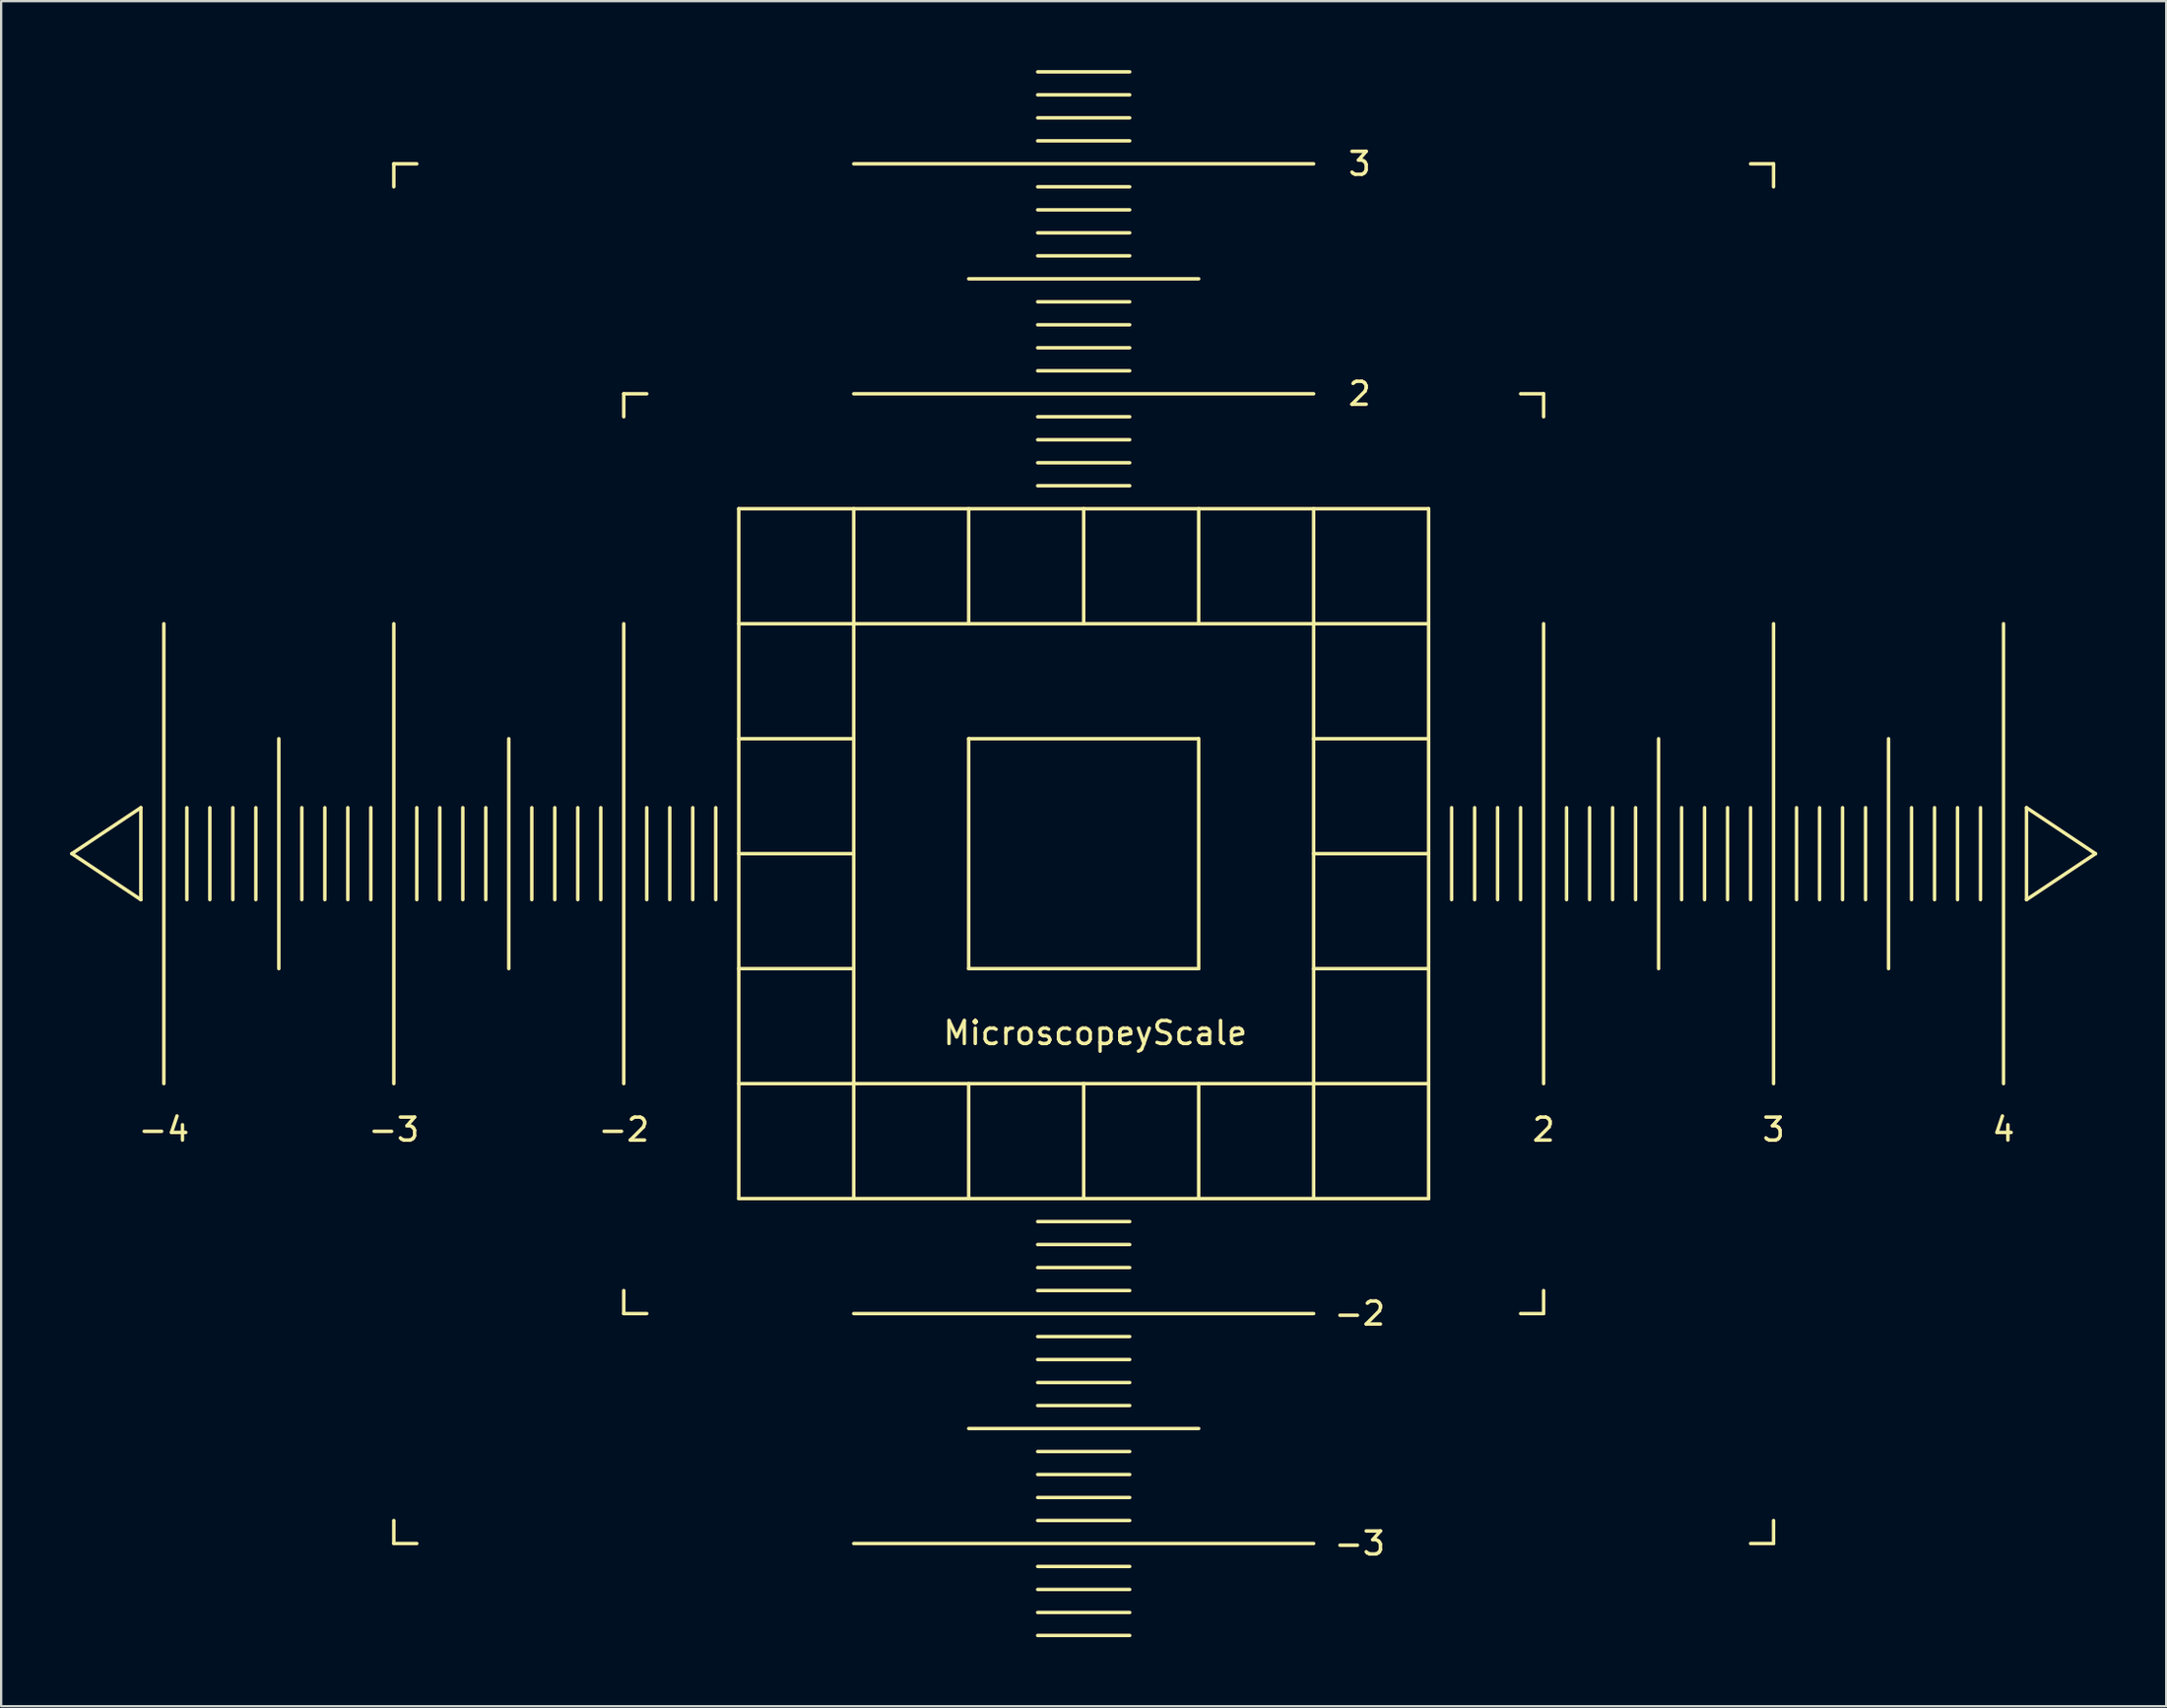
<source format=kicad_pcb>
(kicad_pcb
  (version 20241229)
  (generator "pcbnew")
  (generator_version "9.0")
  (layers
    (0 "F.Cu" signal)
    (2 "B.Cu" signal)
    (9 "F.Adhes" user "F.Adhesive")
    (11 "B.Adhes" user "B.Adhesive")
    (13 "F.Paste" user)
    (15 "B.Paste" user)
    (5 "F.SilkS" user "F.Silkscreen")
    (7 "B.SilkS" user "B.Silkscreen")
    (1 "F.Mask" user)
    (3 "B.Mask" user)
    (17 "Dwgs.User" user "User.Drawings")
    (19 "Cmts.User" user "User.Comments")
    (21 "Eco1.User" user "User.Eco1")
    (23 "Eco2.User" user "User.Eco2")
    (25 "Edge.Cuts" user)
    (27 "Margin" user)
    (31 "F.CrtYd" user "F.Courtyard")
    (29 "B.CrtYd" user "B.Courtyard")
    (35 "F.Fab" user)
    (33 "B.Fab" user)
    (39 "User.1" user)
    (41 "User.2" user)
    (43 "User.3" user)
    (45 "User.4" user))
  (footprint "MicroscopeyScale"
    (layer "F.Cu")
    (at 44.075 34.075)
    (property "Reference" "MicroscopeyScale" (at 0.5 7.8 0) (layer "F.SilkS") (effects (font (size 1 1) (thickness 0.15))))
    (attr through_hole)
    (fp_line (start -44 0) (end -41 -2) (stroke (width 0.15) (type solid)) (layer "F.SilkS"))
    (fp_line (start -41 -2) (end -41 2) (stroke (width 0.15) (type solid)) (layer "F.SilkS"))
    (fp_line (start -41 2) (end -44 0) (stroke (width 0.15) (type solid)) (layer "F.SilkS"))
    (fp_line (start -40 -10) (end -40 10) (stroke (width 0.15) (type solid)) (layer "F.SilkS"))
    (fp_line (start -39 -2) (end -39 2) (stroke (width 0.15) (type solid)) (layer "F.SilkS"))
    (fp_line (start -38 -2) (end -38 2) (stroke (width 0.15) (type solid)) (layer "F.SilkS"))
    (fp_line (start -37 -2) (end -37 2) (stroke (width 0.15) (type solid)) (layer "F.SilkS"))
    (fp_line (start -36 -2) (end -36 2) (stroke (width 0.15) (type solid)) (layer "F.SilkS"))
    (fp_line (start -35 -5) (end -35 5) (stroke (width 0.15) (type solid)) (layer "F.SilkS"))
    (fp_line (start -34 2) (end -34 -2) (stroke (width 0.15) (type solid)) (layer "F.SilkS"))
    (fp_line (start -33 -2) (end -33 2) (stroke (width 0.15) (type solid)) (layer "F.SilkS"))
    (fp_line (start -32 -2) (end -32 2) (stroke (width 0.15) (type solid)) (layer "F.SilkS"))
    (fp_line (start -31 2) (end -31 -2) (stroke (width 0.15) (type solid)) (layer "F.SilkS"))
    (fp_line (start -30 -30) (end -29 -30) (stroke (width 0.15) (type solid)) (layer "F.SilkS"))
    (fp_line (start -30 -29) (end -30 -30) (stroke (width 0.15) (type solid)) (layer "F.SilkS"))
    (fp_line (start -30 -10) (end -30 10) (stroke (width 0.15) (type solid)) (layer "F.SilkS"))
    (fp_line (start -30 29) (end -30 30) (stroke (width 0.15) (type solid)) (layer "F.SilkS"))
    (fp_line (start -30 30) (end -29 30) (stroke (width 0.15) (type solid)) (layer "F.SilkS"))
    (fp_line (start -29 -2) (end -29 2) (stroke (width 0.15) (type solid)) (layer "F.SilkS"))
    (fp_line (start -28 2) (end -28 -2) (stroke (width 0.15) (type solid)) (layer "F.SilkS"))
    (fp_line (start -27 -2) (end -27 2) (stroke (width 0.15) (type solid)) (layer "F.SilkS"))
    (fp_line (start -26 -2) (end -26 2) (stroke (width 0.15) (type solid)) (layer "F.SilkS"))
    (fp_line (start -25 -5) (end -25 5) (stroke (width 0.15) (type solid)) (layer "F.SilkS"))
    (fp_line (start -24 -2) (end -24 2) (stroke (width 0.15) (type solid)) (layer "F.SilkS"))
    (fp_line (start -23 2) (end -23 -2) (stroke (width 0.15) (type solid)) (layer "F.SilkS"))
    (fp_line (start -22 2) (end -22 -2) (stroke (width 0.15) (type solid)) (layer "F.SilkS"))
    (fp_line (start -21 -2) (end -21 2) (stroke (width 0.15) (type solid)) (layer "F.SilkS"))
    (fp_line (start -20 -20) (end -19 -20) (stroke (width 0.15) (type solid)) (layer "F.SilkS"))
    (fp_line (start -20 -19) (end -20 -20) (stroke (width 0.15) (type solid)) (layer "F.SilkS"))
    (fp_line (start -20 -10) (end -20 10) (stroke (width 0.15) (type solid)) (layer "F.SilkS"))
    (fp_line (start -20 19) (end -20 20) (stroke (width 0.15) (type solid)) (layer "F.SilkS"))
    (fp_line (start -20 20) (end -19 20) (stroke (width 0.15) (type solid)) (layer "F.SilkS"))
    (fp_line (start -19 2) (end -19 -2) (stroke (width 0.15) (type solid)) (layer "F.SilkS"))
    (fp_line (start -18 -2) (end -18 2) (stroke (width 0.15) (type solid)) (layer "F.SilkS"))
    (fp_line (start -17 2) (end -17 -2) (stroke (width 0.15) (type solid)) (layer "F.SilkS"))
    (fp_line (start -16 -2) (end -16 2) (stroke (width 0.15) (type solid)) (layer "F.SilkS"))
    (fp_line (start -15 -15) (end -15 15) (stroke (width 0.15) (type solid)) (layer "F.SilkS"))
    (fp_line (start -15 10) (end -10 10) (stroke (width 0.15) (type solid)) (layer "F.SilkS"))
    (fp_line (start -15 15) (end 15 15) (stroke (width 0.15) (type solid)) (layer "F.SilkS"))
    (fp_line (start -10 -30) (end 10 -30) (stroke (width 0.15) (type solid)) (layer "F.SilkS"))
    (fp_line (start -10 -20) (end 10 -20) (stroke (width 0.15) (type solid)) (layer "F.SilkS"))
    (fp_line (start -10 -10) (end -15 -10) (stroke (width 0.15) (type solid)) (layer "F.SilkS"))
    (fp_line (start -10 -10) (end -10 -15) (stroke (width 0.15) (type solid)) (layer "F.SilkS"))
    (fp_line (start -10 -10) (end -10 10) (stroke (width 0.15) (type solid)) (layer "F.SilkS"))
    (fp_line (start -10 -5) (end -15 -5) (stroke (width 0.15) (type solid)) (layer "F.SilkS"))
    (fp_line (start -10 0) (end -15 0) (stroke (width 0.15) (type solid)) (layer "F.SilkS"))
    (fp_line (start -10 5) (end -15 5) (stroke (width 0.15) (type solid)) (layer "F.SilkS"))
    (fp_line (start -10 10) (end -10 15) (stroke (width 0.15) (type solid)) (layer "F.SilkS"))
    (fp_line (start -10 10) (end 10 10) (stroke (width 0.15) (type solid)) (layer "F.SilkS"))
    (fp_line (start -10 20) (end 10 20) (stroke (width 0.15) (type solid)) (layer "F.SilkS"))
    (fp_line (start -10 30) (end 10 30) (stroke (width 0.15) (type solid)) (layer "F.SilkS"))
    (fp_line (start -5 -25) (end 5 -25) (stroke (width 0.15) (type solid)) (layer "F.SilkS"))
    (fp_line (start -5 -10) (end -5 -15) (stroke (width 0.15) (type solid)) (layer "F.SilkS"))
    (fp_line (start -5 -5) (end -5 5) (stroke (width 0.15) (type solid)) (layer "F.SilkS"))
    (fp_line (start -5 5) (end 5 5) (stroke (width 0.15) (type solid)) (layer "F.SilkS"))
    (fp_line (start -5 10) (end -5 15) (stroke (width 0.15) (type solid)) (layer "F.SilkS"))
    (fp_line (start -5 25) (end 5 25) (stroke (width 0.15) (type solid)) (layer "F.SilkS"))
    (fp_line (start -2 -34) (end 2 -34) (stroke (width 0.15) (type solid)) (layer "F.SilkS"))
    (fp_line (start -2 -33) (end 2 -33) (stroke (width 0.15) (type solid)) (layer "F.SilkS"))
    (fp_line (start -2 -32) (end 2 -32) (stroke (width 0.15) (type solid)) (layer "F.SilkS"))
    (fp_line (start -2 -31) (end 2 -31) (stroke (width 0.15) (type solid)) (layer "F.SilkS"))
    (fp_line (start -2 -29) (end 2 -29) (stroke (width 0.15) (type solid)) (layer "F.SilkS"))
    (fp_line (start -2 -28) (end 2 -28) (stroke (width 0.15) (type solid)) (layer "F.SilkS"))
    (fp_line (start -2 -27) (end 2 -27) (stroke (width 0.15) (type solid)) (layer "F.SilkS"))
    (fp_line (start -2 -26) (end 2 -26) (stroke (width 0.15) (type solid)) (layer "F.SilkS"))
    (fp_line (start -2 -24) (end 2 -24) (stroke (width 0.15) (type solid)) (layer "F.SilkS"))
    (fp_line (start -2 -23) (end 2 -23) (stroke (width 0.15) (type solid)) (layer "F.SilkS"))
    (fp_line (start -2 -22) (end 2 -22) (stroke (width 0.15) (type solid)) (layer "F.SilkS"))
    (fp_line (start -2 -21) (end 2 -21) (stroke (width 0.15) (type solid)) (layer "F.SilkS"))
    (fp_line (start -2 -19) (end 2 -19) (stroke (width 0.15) (type solid)) (layer "F.SilkS"))
    (fp_line (start -2 -18) (end 2 -18) (stroke (width 0.15) (type solid)) (layer "F.SilkS"))
    (fp_line (start -2 -17) (end 2 -17) (stroke (width 0.15) (type solid)) (layer "F.SilkS"))
    (fp_line (start -2 -16) (end 2 -16) (stroke (width 0.15) (type solid)) (layer "F.SilkS"))
    (fp_line (start -2 16) (end 2 16) (stroke (width 0.15) (type solid)) (layer "F.SilkS"))
    (fp_line (start -2 17) (end 2 17) (stroke (width 0.15) (type solid)) (layer "F.SilkS"))
    (fp_line (start -2 19) (end 2 19) (stroke (width 0.15) (type solid)) (layer "F.SilkS"))
    (fp_line (start -2 21) (end 2 21) (stroke (width 0.15) (type solid)) (layer "F.SilkS"))
    (fp_line (start -2 23) (end 2 23) (stroke (width 0.15) (type solid)) (layer "F.SilkS"))
    (fp_line (start -2 26) (end 2 26) (stroke (width 0.15) (type solid)) (layer "F.SilkS"))
    (fp_line (start -2 28) (end 2 28) (stroke (width 0.15) (type solid)) (layer "F.SilkS"))
    (fp_line (start -2 31) (end 2 31) (stroke (width 0.15) (type solid)) (layer "F.SilkS"))
    (fp_line (start -2 32) (end 2 32) (stroke (width 0.15) (type solid)) (layer "F.SilkS"))
    (fp_line (start -2 33) (end 2 33) (stroke (width 0.15) (type solid)) (layer "F.SilkS"))
    (fp_line (start -2 34) (end 2 34) (stroke (width 0.15) (type solid)) (layer "F.SilkS"))
    (fp_line (start 0 -10) (end 0 -15) (stroke (width 0.15) (type solid)) (layer "F.SilkS"))
    (fp_line (start 0 10) (end 0 15) (stroke (width 0.15) (type solid)) (layer "F.SilkS"))
    (fp_line (start 2 18) (end -2 18) (stroke (width 0.15) (type solid)) (layer "F.SilkS"))
    (fp_line (start 2 22) (end -2 22) (stroke (width 0.15) (type solid)) (layer "F.SilkS"))
    (fp_line (start 2 24) (end -2 24) (stroke (width 0.15) (type solid)) (layer "F.SilkS"))
    (fp_line (start 2 27) (end -2 27) (stroke (width 0.15) (type solid)) (layer "F.SilkS"))
    (fp_line (start 2 29) (end -2 29) (stroke (width 0.15) (type solid)) (layer "F.SilkS"))
    (fp_line (start 5 -10) (end 5 -15) (stroke (width 0.15) (type solid)) (layer "F.SilkS"))
    (fp_line (start 5 -5) (end -5 -5) (stroke (width 0.15) (type solid)) (layer "F.SilkS"))
    (fp_line (start 5 5) (end 5 -5) (stroke (width 0.15) (type solid)) (layer "F.SilkS"))
    (fp_line (start 5 10) (end 5 15) (stroke (width 0.15) (type solid)) (layer "F.SilkS"))
    (fp_line (start 10 -10) (end -10 -10) (stroke (width 0.15) (type solid)) (layer "F.SilkS"))
    (fp_line (start 10 -10) (end 10 -15) (stroke (width 0.15) (type solid)) (layer "F.SilkS"))
    (fp_line (start 10 -10) (end 15 -10) (stroke (width 0.15) (type solid)) (layer "F.SilkS"))
    (fp_line (start 10 -5) (end 15 -5) (stroke (width 0.15) (type solid)) (layer "F.SilkS"))
    (fp_line (start 10 0) (end 15 0) (stroke (width 0.15) (type solid)) (layer "F.SilkS"))
    (fp_line (start 10 5) (end 15 5) (stroke (width 0.15) (type solid)) (layer "F.SilkS"))
    (fp_line (start 10 10) (end 10 -10) (stroke (width 0.15) (type solid)) (layer "F.SilkS"))
    (fp_line (start 10 10) (end 10 15) (stroke (width 0.15) (type solid)) (layer "F.SilkS"))
    (fp_line (start 10 10) (end 15 10) (stroke (width 0.15) (type solid)) (layer "F.SilkS"))
    (fp_line (start 15 -15) (end -15 -15) (stroke (width 0.15) (type solid)) (layer "F.SilkS"))
    (fp_line (start 15 15) (end 15 -15) (stroke (width 0.15) (type solid)) (layer "F.SilkS"))
    (fp_line (start 16 -2) (end 16 2) (stroke (width 0.15) (type solid)) (layer "F.SilkS"))
    (fp_line (start 17 2) (end 17 -2) (stroke (width 0.15) (type solid)) (layer "F.SilkS"))
    (fp_line (start 18 -2) (end 18 2) (stroke (width 0.15) (type solid)) (layer "F.SilkS"))
    (fp_line (start 19 -20) (end 20 -20) (stroke (width 0.15) (type solid)) (layer "F.SilkS"))
    (fp_line (start 19 2) (end 19 -2) (stroke (width 0.15) (type solid)) (layer "F.SilkS"))
    (fp_line (start 19 20) (end 20 20) (stroke (width 0.15) (type solid)) (layer "F.SilkS"))
    (fp_line (start 20 -20) (end 20 -19) (stroke (width 0.15) (type solid)) (layer "F.SilkS"))
    (fp_line (start 20 -10) (end 20 10) (stroke (width 0.15) (type solid)) (layer "F.SilkS"))
    (fp_line (start 20 20) (end 20 19) (stroke (width 0.15) (type solid)) (layer "F.SilkS"))
    (fp_line (start 21 -2) (end 21 2) (stroke (width 0.15) (type solid)) (layer "F.SilkS"))
    (fp_line (start 22 2) (end 22 -2) (stroke (width 0.15) (type solid)) (layer "F.SilkS"))
    (fp_line (start 23 -2) (end 23 2) (stroke (width 0.15) (type solid)) (layer "F.SilkS"))
    (fp_line (start 24 2) (end 24 -2) (stroke (width 0.15) (type solid)) (layer "F.SilkS"))
    (fp_line (start 25 -5) (end 25 5) (stroke (width 0.15) (type solid)) (layer "F.SilkS"))
    (fp_line (start 26 -2) (end 26 2) (stroke (width 0.15) (type solid)) (layer "F.SilkS"))
    (fp_line (start 27 2) (end 27 -2) (stroke (width 0.15) (type solid)) (layer "F.SilkS"))
    (fp_line (start 28 -2) (end 28 2) (stroke (width 0.15) (type solid)) (layer "F.SilkS"))
    (fp_line (start 29 -30) (end 30 -30) (stroke (width 0.15) (type solid)) (layer "F.SilkS"))
    (fp_line (start 29 2) (end 29 -2) (stroke (width 0.15) (type solid)) (layer "F.SilkS"))
    (fp_line (start 29 30) (end 30 30) (stroke (width 0.15) (type solid)) (layer "F.SilkS"))
    (fp_line (start 30 -30) (end 30 -29) (stroke (width 0.15) (type solid)) (layer "F.SilkS"))
    (fp_line (start 30 -10) (end 30 10) (stroke (width 0.15) (type solid)) (layer "F.SilkS"))
    (fp_line (start 30 30) (end 30 29) (stroke (width 0.15) (type solid)) (layer "F.SilkS"))
    (fp_line (start 31 -2) (end 31 2) (stroke (width 0.15) (type solid)) (layer "F.SilkS"))
    (fp_line (start 32 2) (end 32 -2) (stroke (width 0.15) (type solid)) (layer "F.SilkS"))
    (fp_line (start 33 -2) (end 33 2) (stroke (width 0.15) (type solid)) (layer "F.SilkS"))
    (fp_line (start 34 2) (end 34 -2) (stroke (width 0.15) (type solid)) (layer "F.SilkS"))
    (fp_line (start 35 -5) (end 35 5) (stroke (width 0.15) (type solid)) (layer "F.SilkS"))
    (fp_line (start 36 -2) (end 36 2) (stroke (width 0.15) (type solid)) (layer "F.SilkS"))
    (fp_line (start 37 -2) (end 37 2) (stroke (width 0.15) (type solid)) (layer "F.SilkS"))
    (fp_line (start 38 -2) (end 38 2) (stroke (width 0.15) (type solid)) (layer "F.SilkS"))
    (fp_line (start 39 -2) (end 39 2) (stroke (width 0.15) (type solid)) (layer "F.SilkS"))
    (fp_line (start 40 -10) (end 40 10) (stroke (width 0.15) (type solid)) (layer "F.SilkS"))
    (fp_line (start 41 -2) (end 41 2) (stroke (width 0.15) (type solid)) (layer "F.SilkS"))
    (fp_line (start 41 2) (end 44 0) (stroke (width 0.15) (type solid)) (layer "F.SilkS"))
    (fp_line (start 44 0) (end 41 -2) (stroke (width 0.15) (type solid)) (layer "F.SilkS"))
    (fp_text user "-3" (at 12 30 0) (layer "F.SilkS") (effects (font (size 1 1) (thickness 0.15))))
    (fp_text user "3" (at 12 -30 0) (layer "F.SilkS") (effects (font (size 1 1) (thickness 0.15))))
    (fp_text user "-2" (at -20 12 0) (layer "F.SilkS") (effects (font (size 1 1) (thickness 0.15))))
    (fp_text user "4" (at 40 12 0) (layer "F.SilkS") (effects (font (size 1 1) (thickness 0.15))))
    (fp_text user "2" (at 12 -20 0) (layer "F.SilkS") (effects (font (size 1 1) (thickness 0.15))))
    (fp_text user "3" (at 30 12 0) (layer "F.SilkS") (effects (font (size 1 1) (thickness 0.15))))
    (fp_text user "-3" (at -30 12 0) (layer "F.SilkS") (effects (font (size 1 1) (thickness 0.15))))
    (fp_text user "2" (at 20 12 0) (layer "F.SilkS") (effects (font (size 1 1) (thickness 0.15))))
    (fp_text user "-4" (at -40 12 0) (layer "F.SilkS") (effects (font (size 1 1) (thickness 0.15))))
    (fp_text user "-2" (at 12 20 0) (layer "F.SilkS") (effects (font (size 1 1) (thickness 0.15)))))
  (gr_rect
    (start -3 -3)
    (end 91.15 71.15)
    (stroke (width 0.1) (type default))
    (fill no)
    (layer "Edge.Cuts")))
</source>
